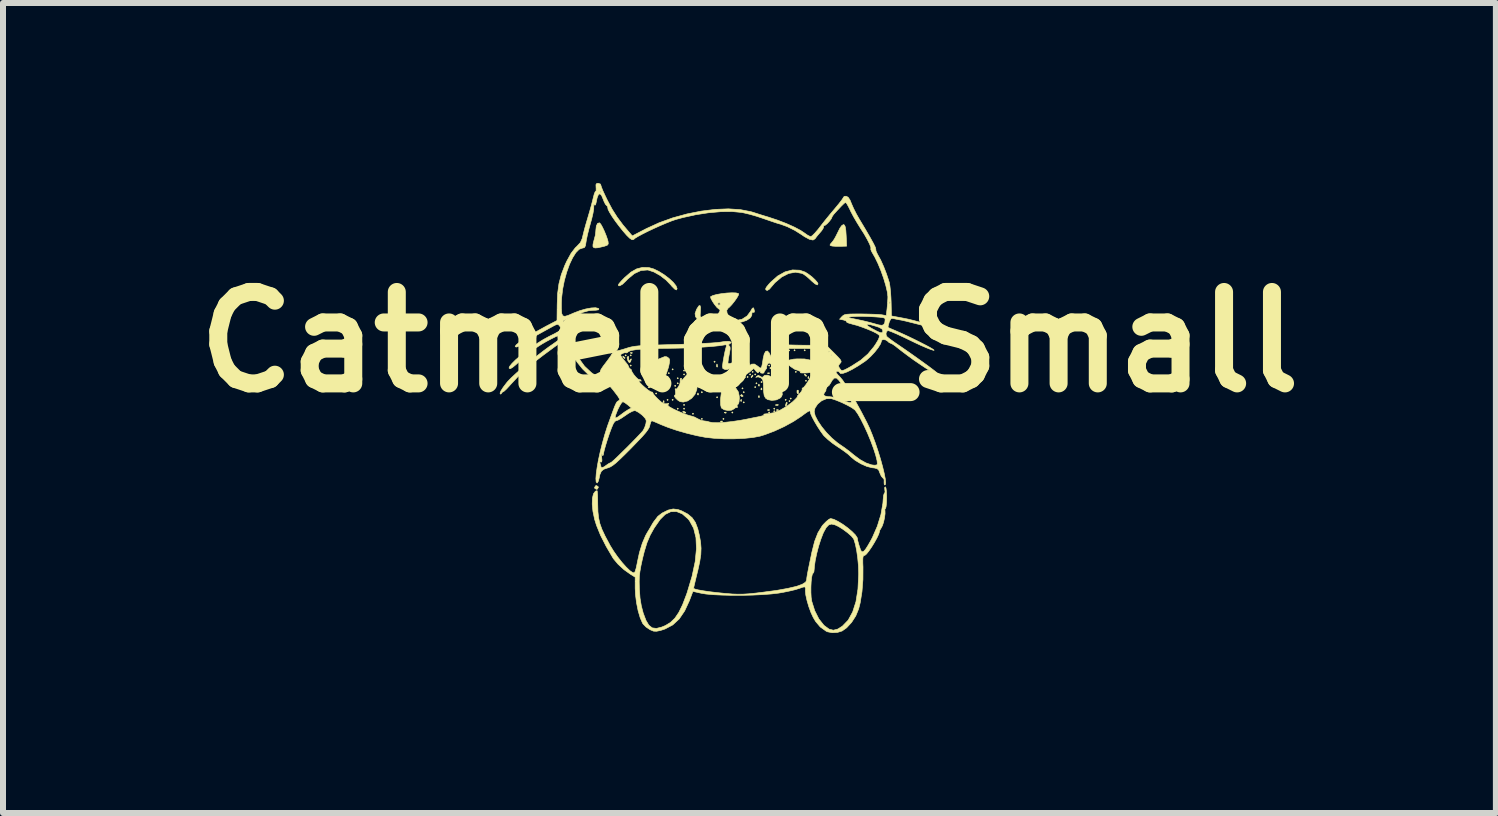
<source format=kicad_pcb>
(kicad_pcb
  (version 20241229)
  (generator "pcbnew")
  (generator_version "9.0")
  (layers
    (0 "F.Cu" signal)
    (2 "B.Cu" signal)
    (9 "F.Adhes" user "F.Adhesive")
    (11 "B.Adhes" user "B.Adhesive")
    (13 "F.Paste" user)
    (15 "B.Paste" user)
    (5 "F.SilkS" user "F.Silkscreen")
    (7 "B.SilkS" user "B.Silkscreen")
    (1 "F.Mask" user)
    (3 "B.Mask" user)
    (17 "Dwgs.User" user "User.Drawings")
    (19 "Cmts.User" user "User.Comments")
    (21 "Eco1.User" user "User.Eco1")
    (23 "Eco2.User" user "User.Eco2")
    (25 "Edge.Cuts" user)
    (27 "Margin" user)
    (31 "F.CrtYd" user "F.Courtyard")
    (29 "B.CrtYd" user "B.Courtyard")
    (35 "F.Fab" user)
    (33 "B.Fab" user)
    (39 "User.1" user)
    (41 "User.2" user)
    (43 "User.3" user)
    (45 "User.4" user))
  (footprint "Catmelon_Small"
    (layer "F.Cu")
    (at 9.112 3.571)
    (property "Reference" "Catmelon_Small" (at 0.33 -0.92 0) (layer "F.SilkS") (effects (font (size 1.524 1.524) (thickness 0.3))))
    (attr through_hole)
    (fp_poly (pts (xy -1.723 -0.698) (xy -1.734 -0.687) (xy -1.744 -0.698) (xy -1.734 -0.708) (xy -1.723 -0.698)) (stroke (width 0.01) (type solid)) (fill yes) (layer "F.SilkS"))
    (fp_poly (pts (xy -1.639 -0.698) (xy -1.649 -0.687) (xy -1.66 -0.698) (xy -1.649 -0.708) (xy -1.639 -0.698)) (stroke (width 0.01) (type solid)) (fill yes) (layer "F.SilkS"))
    (fp_poly (pts (xy -1.639 -0.528) (xy -1.649 -0.518) (xy -1.66 -0.528) (xy -1.649 -0.539) (xy -1.639 -0.528)) (stroke (width 0.01) (type solid)) (fill yes) (layer "F.SilkS"))
    (fp_poly (pts (xy -1.427 -0.486) (xy -1.437 -0.475) (xy -1.448 -0.486) (xy -1.437 -0.497) (xy -1.427 -0.486)) (stroke (width 0.01) (type solid)) (fill yes) (layer "F.SilkS"))
    (fp_poly (pts (xy -1.406 -0.444) (xy -1.416 -0.433) (xy -1.427 -0.444) (xy -1.416 -0.454) (xy -1.406 -0.444)) (stroke (width 0.01) (type solid)) (fill yes) (layer "F.SilkS"))
    (fp_poly (pts (xy -1.215 -0.063) (xy -1.226 -0.052) (xy -1.236 -0.063) (xy -1.226 -0.073) (xy -1.215 -0.063)) (stroke (width 0.01) (type solid)) (fill yes) (layer "F.SilkS"))
    (fp_poly (pts (xy -1.109 -0.147) (xy -1.12 -0.137) (xy -1.131 -0.147) (xy -1.12 -0.158) (xy -1.109 -0.147)) (stroke (width 0.01) (type solid)) (fill yes) (layer "F.SilkS"))
    (fp_poly (pts (xy -1.025 -0.338) (xy -1.035 -0.327) (xy -1.046 -0.338) (xy -1.035 -0.348) (xy -1.025 -0.338)) (stroke (width 0.01) (type solid)) (fill yes) (layer "F.SilkS"))
    (fp_poly (pts (xy -1.025 0.043) (xy -1.035 0.054) (xy -1.046 0.043) (xy -1.035 0.033) (xy -1.025 0.043)) (stroke (width 0.01) (type solid)) (fill yes) (layer "F.SilkS"))
    (fp_poly (pts (xy -1.004 -0.401) (xy -1.014 -0.391) (xy -1.025 -0.401) (xy -1.014 -0.412) (xy -1.004 -0.401)) (stroke (width 0.01) (type solid)) (fill yes) (layer "F.SilkS"))
    (fp_poly (pts (xy -0.94 -0.465) (xy -0.951 -0.454) (xy -0.961 -0.465) (xy -0.951 -0.475) (xy -0.94 -0.465)) (stroke (width 0.01) (type solid)) (fill yes) (layer "F.SilkS"))
    (fp_poly (pts (xy -0.94 0.043) (xy -0.951 0.054) (xy -0.961 0.043) (xy -0.951 0.033) (xy -0.94 0.043)) (stroke (width 0.01) (type solid)) (fill yes) (layer "F.SilkS"))
    (fp_poly (pts (xy -0.898 -0.19) (xy -0.908 -0.179) (xy -0.919 -0.19) (xy -0.908 -0.2) (xy -0.898 -0.19)) (stroke (width 0.01) (type solid)) (fill yes) (layer "F.SilkS"))
    (fp_poly (pts (xy -0.855 -0.317) (xy -0.866 -0.306) (xy -0.876 -0.317) (xy -0.866 -0.327) (xy -0.855 -0.317)) (stroke (width 0.01) (type solid)) (fill yes) (layer "F.SilkS"))
    (fp_poly (pts (xy -0.855 -0.232) (xy -0.866 -0.222) (xy -0.876 -0.232) (xy -0.866 -0.243) (xy -0.855 -0.232)) (stroke (width 0.01) (type solid)) (fill yes) (layer "F.SilkS"))
    (fp_poly (pts (xy -0.855 0.191) (xy -0.866 0.202) (xy -0.876 0.191) (xy -0.866 0.181) (xy -0.855 0.191)) (stroke (width 0.01) (type solid)) (fill yes) (layer "F.SilkS"))
    (fp_poly (pts (xy -0.75 -0.444) (xy -0.76 -0.433) (xy -0.771 -0.444) (xy -0.76 -0.454) (xy -0.75 -0.444)) (stroke (width 0.01) (type solid)) (fill yes) (layer "F.SilkS"))
    (fp_poly (pts (xy -0.75 -0.38) (xy -0.76 -0.37) (xy -0.771 -0.38) (xy -0.76 -0.391) (xy -0.75 -0.38)) (stroke (width 0.01) (type solid)) (fill yes) (layer "F.SilkS"))
    (fp_poly (pts (xy -0.75 0.128) (xy -0.76 0.138) (xy -0.771 0.128) (xy -0.76 0.117) (xy -0.75 0.128)) (stroke (width 0.01) (type solid)) (fill yes) (layer "F.SilkS"))
    (fp_poly (pts (xy -0.75 0.191) (xy -0.76 0.202) (xy -0.771 0.191) (xy -0.76 0.181) (xy -0.75 0.191)) (stroke (width 0.01) (type solid)) (fill yes) (layer "F.SilkS"))
    (fp_poly (pts (xy -0.601 0.276) (xy -0.612 0.286) (xy -0.623 0.276) (xy -0.612 0.265) (xy -0.601 0.276)) (stroke (width 0.01) (type solid)) (fill yes) (layer "F.SilkS"))
    (fp_poly (pts (xy -0.453 -0.084) (xy -0.464 -0.073) (xy -0.474 -0.084) (xy -0.464 -0.095) (xy -0.453 -0.084)) (stroke (width 0.01) (type solid)) (fill yes) (layer "F.SilkS"))
    (fp_poly (pts (xy -0.453 0.361) (xy -0.464 0.371) (xy -0.474 0.361) (xy -0.464 0.35) (xy -0.453 0.361)) (stroke (width 0.01) (type solid)) (fill yes) (layer "F.SilkS"))
    (fp_poly (pts (xy -0.432 -0.444) (xy -0.443 -0.433) (xy -0.453 -0.444) (xy -0.443 -0.454) (xy -0.432 -0.444)) (stroke (width 0.01) (type solid)) (fill yes) (layer "F.SilkS"))
    (fp_poly (pts (xy -0.241 -0.592) (xy -0.252 -0.581) (xy -0.263 -0.592) (xy -0.252 -0.603) (xy -0.241 -0.592)) (stroke (width 0.01) (type solid)) (fill yes) (layer "F.SilkS"))
    (fp_poly (pts (xy -0.241 -0.147) (xy -0.252 -0.137) (xy -0.263 -0.147) (xy -0.252 -0.158) (xy -0.241 -0.147)) (stroke (width 0.01) (type solid)) (fill yes) (layer "F.SilkS"))
    (fp_poly (pts (xy -0.199 0.001) (xy -0.21 0.011) (xy -0.22 0.001) (xy -0.21 -0.01) (xy -0.199 0.001)) (stroke (width 0.01) (type solid)) (fill yes) (layer "F.SilkS"))
    (fp_poly (pts (xy -0.093 0.361) (xy -0.104 0.371) (xy -0.115 0.361) (xy -0.104 0.35) (xy -0.093 0.361)) (stroke (width 0.01) (type solid)) (fill yes) (layer "F.SilkS"))
    (fp_poly (pts (xy -0.03 -0.317) (xy -0.04 -0.306) (xy -0.051 -0.317) (xy -0.04 -0.327) (xy -0.03 -0.317)) (stroke (width 0.01) (type solid)) (fill yes) (layer "F.SilkS"))
    (fp_poly (pts (xy 0.034 -0.296) (xy 0.023 -0.285) (xy 0.013 -0.296) (xy 0.023 -0.306) (xy 0.034 -0.296)) (stroke (width 0.01) (type solid)) (fill yes) (layer "F.SilkS"))
    (fp_poly (pts (xy 0.055 0.255) (xy 0.044 0.265) (xy 0.034 0.255) (xy 0.044 0.244) (xy 0.055 0.255)) (stroke (width 0.01) (type solid)) (fill yes) (layer "F.SilkS"))
    (fp_poly (pts (xy 0.076 -0.317) (xy 0.065 -0.306) (xy 0.055 -0.317) (xy 0.065 -0.327) (xy 0.076 -0.317)) (stroke (width 0.01) (type solid)) (fill yes) (layer "F.SilkS"))
    (fp_poly (pts (xy 0.224 -0.147) (xy 0.214 -0.137) (xy 0.203 -0.147) (xy 0.214 -0.158) (xy 0.224 -0.147)) (stroke (width 0.01) (type solid)) (fill yes) (layer "F.SilkS"))
    (fp_poly (pts (xy 0.245 -0.084) (xy 0.235 -0.073) (xy 0.224 -0.084) (xy 0.235 -0.095) (xy 0.245 -0.084)) (stroke (width 0.01) (type solid)) (fill yes) (layer "F.SilkS"))
    (fp_poly (pts (xy 0.245 0.085) (xy 0.235 0.096) (xy 0.224 0.085) (xy 0.235 0.075) (xy 0.245 0.085)) (stroke (width 0.01) (type solid)) (fill yes) (layer "F.SilkS"))
    (fp_poly (pts (xy 0.309 -0.338) (xy 0.298 -0.327) (xy 0.288 -0.338) (xy 0.298 -0.348) (xy 0.309 -0.338)) (stroke (width 0.01) (type solid)) (fill yes) (layer "F.SilkS"))
    (fp_poly (pts (xy 0.351 -0.38) (xy 0.341 -0.37) (xy 0.33 -0.38) (xy 0.341 -0.391) (xy 0.351 -0.38)) (stroke (width 0.01) (type solid)) (fill yes) (layer "F.SilkS"))
    (fp_poly (pts (xy 0.394 -0.423) (xy 0.383 -0.412) (xy 0.372 -0.423) (xy 0.383 -0.433) (xy 0.394 -0.423)) (stroke (width 0.01) (type solid)) (fill yes) (layer "F.SilkS"))
    (fp_poly (pts (xy 0.436 -0.38) (xy 0.425 -0.37) (xy 0.415 -0.38) (xy 0.425 -0.391) (xy 0.436 -0.38)) (stroke (width 0.01) (type solid)) (fill yes) (layer "F.SilkS"))
    (fp_poly (pts (xy 0.436 -0.169) (xy 0.425 -0.158) (xy 0.415 -0.169) (xy 0.425 -0.179) (xy 0.436 -0.169)) (stroke (width 0.01) (type solid)) (fill yes) (layer "F.SilkS"))
    (fp_poly (pts (xy 0.457 -0.232) (xy 0.446 -0.222) (xy 0.436 -0.232) (xy 0.446 -0.243) (xy 0.457 -0.232)) (stroke (width 0.01) (type solid)) (fill yes) (layer "F.SilkS"))
    (fp_poly (pts (xy 0.542 -0.253) (xy 0.531 -0.243) (xy 0.52 -0.253) (xy 0.531 -0.264) (xy 0.542 -0.253)) (stroke (width 0.01) (type solid)) (fill yes) (layer "F.SilkS"))
    (fp_poly (pts (xy 0.669 -0.528) (xy 0.658 -0.518) (xy 0.647 -0.528) (xy 0.658 -0.539) (xy 0.669 -0.528)) (stroke (width 0.01) (type solid)) (fill yes) (layer "F.SilkS"))
    (fp_poly (pts (xy 0.669 0.255) (xy 0.658 0.265) (xy 0.647 0.255) (xy 0.658 0.244) (xy 0.669 0.255)) (stroke (width 0.01) (type solid)) (fill yes) (layer "F.SilkS"))
    (fp_poly (pts (xy 0.69 -0.486) (xy 0.679 -0.475) (xy 0.669 -0.486) (xy 0.679 -0.497) (xy 0.69 -0.486)) (stroke (width 0.01) (type solid)) (fill yes) (layer "F.SilkS"))
    (fp_poly (pts (xy 0.753 -0.38) (xy 0.743 -0.37) (xy 0.732 -0.38) (xy 0.743 -0.391) (xy 0.753 -0.38)) (stroke (width 0.01) (type solid)) (fill yes) (layer "F.SilkS"))
    (fp_poly (pts (xy 0.753 0.191) (xy 0.743 0.202) (xy 0.732 0.191) (xy 0.743 0.181) (xy 0.753 0.191)) (stroke (width 0.01) (type solid)) (fill yes) (layer "F.SilkS"))
    (fp_poly (pts (xy 0.753 0.234) (xy 0.743 0.244) (xy 0.732 0.234) (xy 0.743 0.223) (xy 0.753 0.234)) (stroke (width 0.01) (type solid)) (fill yes) (layer "F.SilkS"))
    (fp_poly (pts (xy 0.838 -0.253) (xy 0.827 -0.243) (xy 0.817 -0.253) (xy 0.827 -0.264) (xy 0.838 -0.253)) (stroke (width 0.01) (type solid)) (fill yes) (layer "F.SilkS"))
    (fp_poly (pts (xy 0.901 -0.761) (xy 0.891 -0.751) (xy 0.88 -0.761) (xy 0.891 -0.772) (xy 0.901 -0.761)) (stroke (width 0.01) (type solid)) (fill yes) (layer "F.SilkS"))
    (fp_poly (pts (xy 0.901 -0.592) (xy 0.891 -0.581) (xy 0.88 -0.592) (xy 0.891 -0.603) (xy 0.901 -0.592)) (stroke (width 0.01) (type solid)) (fill yes) (layer "F.SilkS"))
    (fp_poly (pts (xy 0.901 -0.147) (xy 0.891 -0.137) (xy 0.88 -0.147) (xy 0.891 -0.158) (xy 0.901 -0.147)) (stroke (width 0.01) (type solid)) (fill yes) (layer "F.SilkS"))
    (fp_poly (pts (xy 0.923 -0.317) (xy 0.912 -0.306) (xy 0.901 -0.317) (xy 0.912 -0.327) (xy 0.923 -0.317)) (stroke (width 0.01) (type solid)) (fill yes) (layer "F.SilkS"))
    (fp_poly (pts (xy 0.944 0.043) (xy 0.933 0.054) (xy 0.923 0.043) (xy 0.933 0.033) (xy 0.944 0.043)) (stroke (width 0.01) (type solid)) (fill yes) (layer "F.SilkS"))
    (fp_poly (pts (xy 1.007 0.064) (xy 0.997 0.075) (xy 0.986 0.064) (xy 0.997 0.054) (xy 1.007 0.064)) (stroke (width 0.01) (type solid)) (fill yes) (layer "F.SilkS"))
    (fp_poly (pts (xy 1.028 0.022) (xy 1.018 0.033) (xy 1.007 0.022) (xy 1.018 0.011) (xy 1.028 0.022)) (stroke (width 0.01) (type solid)) (fill yes) (layer "F.SilkS"))
    (fp_poly (pts (xy 1.092 -0.782) (xy 1.081 -0.772) (xy 1.071 -0.782) (xy 1.081 -0.793) (xy 1.092 -0.782)) (stroke (width 0.01) (type solid)) (fill yes) (layer "F.SilkS"))
    (fp_poly (pts (xy 1.113 -0.423) (xy 1.103 -0.412) (xy 1.092 -0.423) (xy 1.103 -0.433) (xy 1.113 -0.423)) (stroke (width 0.01) (type solid)) (fill yes) (layer "F.SilkS"))
    (fp_poly (pts (xy 1.261 -0.782) (xy 1.251 -0.772) (xy 1.24 -0.782) (xy 1.251 -0.793) (xy 1.261 -0.782)) (stroke (width 0.01) (type solid)) (fill yes) (layer "F.SilkS"))
    (fp_poly (pts (xy 1.282 -0.274) (xy 1.272 -0.264) (xy 1.261 -0.274) (xy 1.272 -0.285) (xy 1.282 -0.274)) (stroke (width 0.01) (type solid)) (fill yes) (layer "F.SilkS"))
    (fp_poly (pts (xy 1.452 -0.719) (xy 1.441 -0.708) (xy 1.431 -0.719) (xy 1.441 -0.73) (xy 1.452 -0.719)) (stroke (width 0.01) (type solid)) (fill yes) (layer "F.SilkS"))
    (fp_poly (pts (xy 1.452 -0.571) (xy 1.441 -0.56) (xy 1.431 -0.571) (xy 1.441 -0.581) (xy 1.452 -0.571)) (stroke (width 0.01) (type solid)) (fill yes) (layer "F.SilkS"))
    (fp_poly (pts (xy 1.473 -0.677) (xy 1.462 -0.666) (xy 1.452 -0.677) (xy 1.462 -0.687) (xy 1.473 -0.677)) (stroke (width 0.01) (type solid)) (fill yes) (layer "F.SilkS"))
    (fp_poly (pts (xy 1.494 -0.719) (xy 1.484 -0.708) (xy 1.473 -0.719) (xy 1.484 -0.73) (xy 1.494 -0.719)) (stroke (width 0.01) (type solid)) (fill yes) (layer "F.SilkS"))
    (fp_poly (pts (xy -1.624 -0.744) (xy -1.627 -0.731) (xy -1.639 -0.73) (xy -1.656 -0.737) (xy -1.653 -0.744) (xy -1.627 -0.746) (xy -1.624 -0.744)) (stroke (width 0.01) (type solid)) (fill yes) (layer "F.SilkS"))
    (fp_poly (pts (xy -1.37 -0.553) (xy -1.368 -0.528) (xy -1.37 -0.525) (xy -1.383 -0.528) (xy -1.385 -0.539) (xy -1.377 -0.556) (xy -1.37 -0.553)) (stroke (width 0.01) (type solid)) (fill yes) (layer "F.SilkS"))
    (fp_poly (pts (xy -1.328 -0.172) (xy -1.331 -0.16) (xy -1.342 -0.158) (xy -1.36 -0.166) (xy -1.356 -0.172) (xy -1.331 -0.175) (xy -1.328 -0.172)) (stroke (width 0.01) (type solid)) (fill yes) (layer "F.SilkS"))
    (fp_poly (pts (xy -1.138 -0.214) (xy -1.14 -0.202) (xy -1.152 -0.2) (xy -1.169 -0.208) (xy -1.166 -0.214) (xy -1.141 -0.217) (xy -1.138 -0.214)) (stroke (width 0.01) (type solid)) (fill yes) (layer "F.SilkS"))
    (fp_poly (pts (xy -1.095 0.061) (xy -1.093 0.086) (xy -1.095 0.089) (xy -1.108 0.086) (xy -1.109 0.075) (xy -1.102 0.057) (xy -1.095 0.061)) (stroke (width 0.01) (type solid)) (fill yes) (layer "F.SilkS"))
    (fp_poly (pts (xy -0.524 -0.066) (xy -0.521 -0.041) (xy -0.524 -0.038) (xy -0.536 -0.041) (xy -0.538 -0.052) (xy -0.53 -0.07) (xy -0.524 -0.066)) (stroke (width 0.01) (type solid)) (fill yes) (layer "F.SilkS"))
    (fp_poly (pts (xy -0.481 -0.374) (xy -0.479 -0.341) (xy -0.483 -0.333) (xy -0.492 -0.339) (xy -0.494 -0.361) (xy -0.489 -0.383) (xy -0.481 -0.374)) (stroke (width 0.01) (type solid)) (fill yes) (layer "F.SilkS"))
    (fp_poly (pts (xy -0.206 -0.543) (xy -0.203 -0.51) (xy -0.208 -0.502) (xy -0.217 -0.509) (xy -0.219 -0.53) (xy -0.213 -0.553) (xy -0.206 -0.543)) (stroke (width 0.01) (type solid)) (fill yes) (layer "F.SilkS"))
    (fp_poly (pts (xy -0.185 -0.151) (xy -0.183 -0.126) (xy -0.185 -0.123) (xy -0.198 -0.126) (xy -0.199 -0.137) (xy -0.191 -0.154) (xy -0.185 -0.151)) (stroke (width 0.01) (type solid)) (fill yes) (layer "F.SilkS"))
    (fp_poly (pts (xy -0.122 0.399) (xy -0.124 0.412) (xy -0.136 0.413) (xy -0.153 0.406) (xy -0.15 0.399) (xy -0.125 0.397) (xy -0.122 0.399)) (stroke (width 0.01) (type solid)) (fill yes) (layer "F.SilkS"))
    (fp_poly (pts (xy -0.058 -0.384) (xy -0.061 -0.371) (xy -0.072 -0.37) (xy -0.09 -0.377) (xy -0.086 -0.384) (xy -0.061 -0.386) (xy -0.058 -0.384)) (stroke (width 0.01) (type solid)) (fill yes) (layer "F.SilkS"))
    (fp_poly (pts (xy -0.058 0.251) (xy -0.061 0.264) (xy -0.072 0.265) (xy -0.09 0.258) (xy -0.086 0.251) (xy -0.061 0.249) (xy -0.058 0.251)) (stroke (width 0.01) (type solid)) (fill yes) (layer "F.SilkS"))
    (fp_poly (pts (xy 0.111 -0.511) (xy 0.114 -0.486) (xy 0.111 -0.483) (xy 0.099 -0.485) (xy 0.097 -0.497) (xy 0.105 -0.514) (xy 0.111 -0.511)) (stroke (width 0.01) (type solid)) (fill yes) (layer "F.SilkS"))
    (fp_poly (pts (xy 0.196 0.04) (xy 0.198 0.065) (xy 0.196 0.068) (xy 0.183 0.065) (xy 0.182 0.054) (xy 0.19 0.036) (xy 0.196 0.04)) (stroke (width 0.01) (type solid)) (fill yes) (layer "F.SilkS"))
    (fp_poly (pts (xy 0.492 -0.214) (xy 0.495 -0.189) (xy 0.492 -0.186) (xy 0.48 -0.189) (xy 0.478 -0.2) (xy 0.486 -0.218) (xy 0.492 -0.214)) (stroke (width 0.01) (type solid)) (fill yes) (layer "F.SilkS"))
    (fp_poly (pts (xy 0.492 -0.024) (xy 0.495 0.001) (xy 0.492 0.004) (xy 0.48 0.001) (xy 0.478 -0.01) (xy 0.486 -0.027) (xy 0.492 -0.024)) (stroke (width 0.01) (type solid)) (fill yes) (layer "F.SilkS"))
    (fp_poly (pts (xy 0.535 -0.151) (xy 0.537 -0.126) (xy 0.535 -0.123) (xy 0.522 -0.126) (xy 0.52 -0.137) (xy 0.528 -0.154) (xy 0.535 -0.151)) (stroke (width 0.01) (type solid)) (fill yes) (layer "F.SilkS"))
    (fp_poly (pts (xy 0.662 -0.405) (xy 0.659 -0.392) (xy 0.647 -0.391) (xy 0.63 -0.399) (xy 0.633 -0.405) (xy 0.659 -0.407) (xy 0.662 -0.405)) (stroke (width 0.01) (type solid)) (fill yes) (layer "F.SilkS"))
    (fp_poly (pts (xy 0.662 0.209) (xy 0.659 0.221) (xy 0.647 0.223) (xy 0.63 0.215) (xy 0.633 0.209) (xy 0.659 0.206) (xy 0.662 0.209)) (stroke (width 0.01) (type solid)) (fill yes) (layer "F.SilkS"))
    (fp_poly (pts (xy 0.789 -0.32) (xy 0.791 -0.295) (xy 0.789 -0.292) (xy 0.776 -0.295) (xy 0.774 -0.306) (xy 0.782 -0.324) (xy 0.789 -0.32)) (stroke (width 0.01) (type solid)) (fill yes) (layer "F.SilkS"))
    (fp_poly (pts (xy 0.81 0.209) (xy 0.807 0.221) (xy 0.796 0.223) (xy 0.778 0.215) (xy 0.782 0.209) (xy 0.807 0.206) (xy 0.81 0.209)) (stroke (width 0.01) (type solid)) (fill yes) (layer "F.SilkS"))
    (fp_poly (pts (xy 0.811 0.126) (xy 0.805 0.135) (xy 0.783 0.137) (xy 0.761 0.131) (xy 0.771 0.124) (xy 0.804 0.121) (xy 0.811 0.126)) (stroke (width 0.01) (type solid)) (fill yes) (layer "F.SilkS"))
    (fp_poly (pts (xy 1 -0.786) (xy 0.997 -0.773) (xy 0.986 -0.772) (xy 0.969 -0.78) (xy 0.972 -0.786) (xy 0.997 -0.788) (xy 1 -0.786)) (stroke (width 0.01) (type solid)) (fill yes) (layer "F.SilkS"))
    (fp_poly (pts (xy 1.318 -0.341) (xy 1.32 -0.316) (xy 1.318 -0.313) (xy 1.305 -0.316) (xy 1.304 -0.327) (xy 1.311 -0.345) (xy 1.318 -0.341)) (stroke (width 0.01) (type solid)) (fill yes) (layer "F.SilkS"))
    (fp_poly (pts (xy -1.769 -0.679) (xy -1.746 -0.659) (xy -1.744 -0.654) (xy -1.754 -0.645) (xy -1.775 -0.665) (xy -1.778 -0.669) (xy -1.781 -0.684) (xy -1.769 -0.679)) (stroke (width 0.01) (type solid)) (fill yes) (layer "F.SilkS"))
    (fp_poly (pts (xy -0.761 0.236) (xy -0.731 0.253) (xy -0.736 0.264) (xy -0.748 0.265) (xy -0.777 0.25) (xy -0.781 0.244) (xy -0.778 0.232) (xy -0.761 0.236)) (stroke (width 0.01) (type solid)) (fill yes) (layer "F.SilkS"))
    (fp_poly (pts (xy 0.073 -0.467) (xy 0.095 -0.446) (xy 0.091 -0.433) (xy 0.088 -0.433) (xy 0.07 -0.448) (xy 0.063 -0.458) (xy 0.061 -0.472) (xy 0.073 -0.467)) (stroke (width 0.01) (type solid)) (fill yes) (layer "F.SilkS"))
    (fp_poly (pts (xy 0.877 -0.679) (xy 0.9 -0.659) (xy 0.901 -0.654) (xy 0.891 -0.645) (xy 0.871 -0.665) (xy 0.868 -0.669) (xy 0.865 -0.684) (xy 0.877 -0.679)) (stroke (width 0.01) (type solid)) (fill yes) (layer "F.SilkS"))
    (fp_poly (pts (xy 1.143 -0.117) (xy 1.146 -0.094) (xy 1.144 -0.058) (xy 1.133 -0.06) (xy 1.123 -0.075) (xy 1.122 -0.109) (xy 1.127 -0.117) (xy 1.143 -0.117)) (stroke (width 0.01) (type solid)) (fill yes) (layer "F.SilkS"))
    (fp_poly (pts (xy 1.258 -0.382) (xy 1.281 -0.361) (xy 1.276 -0.349) (xy 1.273 -0.348) (xy 1.255 -0.364) (xy 1.249 -0.373) (xy 1.246 -0.387) (xy 1.258 -0.382)) (stroke (width 0.01) (type solid)) (fill yes) (layer "F.SilkS"))
    (fp_poly (pts (xy -2.193 1.489) (xy -2.189 1.504) (xy -2.206 1.532) (xy -2.221 1.535) (xy -2.249 1.518) (xy -2.252 1.504) (xy -2.235 1.476) (xy -2.221 1.472) (xy -2.193 1.489)) (stroke (width 0.01) (type solid)) (fill yes) (layer "F.SilkS"))
    (fp_poly (pts (xy 0.181 -0.354) (xy 0.182 -0.348) (xy 0.175 -0.328) (xy 0.172 -0.327) (xy 0.154 -0.342) (xy 0.15 -0.348) (xy 0.152 -0.368) (xy 0.159 -0.37) (xy 0.181 -0.354)) (stroke (width 0.01) (type solid)) (fill yes) (layer "F.SilkS"))
    (fp_poly (pts (xy 0.203 -0.042) (xy 0.223 -0.023) (xy 0.224 -0.019) (xy 0.208 -0.01) (xy 0.203 -0.01) (xy 0.183 -0.026) (xy 0.182 -0.032) (xy 0.195 -0.045) (xy 0.203 -0.042)) (stroke (width 0.01) (type solid)) (fill yes) (layer "F.SilkS"))
    (fp_poly (pts (xy 0.387 -0.356) (xy 0.383 -0.348) (xy 0.363 -0.328) (xy 0.359 -0.327) (xy 0.358 -0.341) (xy 0.362 -0.348) (xy 0.382 -0.369) (xy 0.385 -0.37) (xy 0.387 -0.356)) (stroke (width 0.01) (type solid)) (fill yes) (layer "F.SilkS"))
    (fp_poly (pts (xy 0.747 -0.462) (xy 0.743 -0.454) (xy 0.723 -0.434) (xy 0.719 -0.433) (xy 0.718 -0.447) (xy 0.722 -0.454) (xy 0.742 -0.475) (xy 0.745 -0.475) (xy 0.747 -0.462)) (stroke (width 0.01) (type solid)) (fill yes) (layer "F.SilkS"))
    (fp_poly (pts (xy 0.958 0.089) (xy 0.957 0.104) (xy 0.945 0.141) (xy 0.939 0.15) (xy 0.93 0.146) (xy 0.931 0.13) (xy 0.943 0.093) (xy 0.949 0.084) (xy 0.958 0.089)) (stroke (width 0.01) (type solid)) (fill yes) (layer "F.SilkS"))
    (fp_poly (pts (xy -1.683 -0.673) (xy -1.684 -0.638) (xy -1.683 -0.624) (xy -1.678 -0.603) (xy -1.663 -0.619) (xy -1.66 -0.624) (xy -1.643 -0.641) (xy -1.639 -0.634) (xy -1.65 -0.598) (xy -1.656 -0.586) (xy -1.674 -0.576) (xy -1.694 -0.605) (xy -1.698 -0.612) (xy -1.71 -0.659) (xy -1.701 -0.677) (xy -1.683 -0.678) (xy -1.683 -0.673)) (stroke (width 0.01) (type solid)) (fill yes) (layer "F.SilkS"))
    (fp_poly (pts (xy 1.914 -2.869) (xy 1.927 -2.838) (xy 1.936 -2.78) (xy 1.942 -2.689) (xy 1.946 -2.603) (xy 1.949 -2.518) (xy 1.843 -2.515) (xy 1.773 -2.515) (xy 1.716 -2.519) (xy 1.699 -2.522) (xy 1.673 -2.532) (xy 1.676 -2.549) (xy 1.701 -2.578) (xy 1.723 -2.605) (xy 1.744 -2.636) (xy 1.769 -2.681) (xy 1.803 -2.749) (xy 1.835 -2.814) (xy 1.865 -2.858) (xy 1.895 -2.878) (xy 1.897 -2.878) (xy 1.914 -2.869)) (stroke (width 0.01) (type solid)) (fill yes) (layer "F.SilkS"))
    (fp_poly (pts (xy -2.169 -2.907) (xy -2.148 -2.884) (xy -2.119 -2.832) (xy -2.087 -2.764) (xy -2.057 -2.69) (xy -2.034 -2.623) (xy -2.026 -2.59) (xy -2.024 -2.555) (xy -2.04 -2.534) (xy -2.084 -2.518) (xy -2.112 -2.511) (xy -2.194 -2.492) (xy -2.244 -2.488) (xy -2.27 -2.498) (xy -2.279 -2.513) (xy -2.278 -2.548) (xy -2.265 -2.604) (xy -2.26 -2.621) (xy -2.24 -2.697) (xy -2.231 -2.772) (xy -2.231 -2.78) (xy -2.223 -2.854) (xy -2.201 -2.898) (xy -2.17 -2.907) (xy -2.169 -2.907)) (stroke (width 0.01) (type solid)) (fill yes) (layer "F.SilkS"))
    (fp_poly (pts (xy -1.049 -0.674) (xy -1.029 -0.662) (xy -1.008 -0.643) (xy -1 -0.619) (xy -1.004 -0.576) (xy -1.018 -0.506) (xy -1.058 -0.385) (xy -1.115 -0.301) (xy -1.189 -0.254) (xy -1.266 -0.243) (xy -1.335 -0.249) (xy -1.377 -0.269) (xy -1.392 -0.287) (xy -1.41 -0.348) (xy -1.39 -0.422) (xy -1.331 -0.507) (xy -1.311 -0.529) (xy -1.273 -0.574) (xy -1.254 -0.605) (xy -1.254 -0.613) (xy -1.247 -0.622) (xy -1.233 -0.624) (xy -1.192 -0.633) (xy -1.138 -0.655) (xy -1.134 -0.657) (xy -1.083 -0.677) (xy -1.049 -0.674)) (stroke (width 0.01) (type solid)) (fill yes) (layer "F.SilkS"))
    (fp_poly (pts (xy 1.168 -2.117) (xy 1.258 -2.086) (xy 1.313 -2.051) (xy 1.373 -2.005) (xy 1.426 -1.955) (xy 1.462 -1.913) (xy 1.473 -1.89) (xy 1.461 -1.872) (xy 1.425 -1.888) (xy 1.368 -1.936) (xy 1.345 -1.958) (xy 1.288 -2.01) (xy 1.233 -2.05) (xy 1.206 -2.064) (xy 1.097 -2.084) (xy 0.983 -2.063) (xy 0.867 -2.004) (xy 0.753 -1.908) (xy 0.662 -1.801) (xy 0.628 -1.78) (xy 0.608 -1.786) (xy 0.598 -1.803) (xy 0.611 -1.833) (xy 0.651 -1.882) (xy 0.682 -1.916) (xy 0.799 -2.02) (xy 0.922 -2.089) (xy 1.047 -2.122) (xy 1.168 -2.117)) (stroke (width 0.01) (type solid)) (fill yes) (layer "F.SilkS"))
    (fp_poly (pts (xy -1.348 -2.161) (xy -1.342 -2.16) (xy -1.268 -2.139) (xy -1.183 -2.098) (xy -1.094 -2.043) (xy -1.011 -1.98) (xy -0.941 -1.916) (xy -0.894 -1.857) (xy -0.876 -1.81) (xy -0.887 -1.788) (xy -0.916 -1.802) (xy -0.962 -1.848) (xy -0.98 -1.87) (xy -1.062 -1.955) (xy -1.16 -2.03) (xy -1.263 -2.088) (xy -1.356 -2.119) (xy -1.371 -2.121) (xy -1.479 -2.112) (xy -1.589 -2.061) (xy -1.7 -1.969) (xy -1.731 -1.936) (xy -1.788 -1.882) (xy -1.832 -1.858) (xy -1.846 -1.857) (xy -1.857 -1.869) (xy -1.843 -1.895) (xy -1.802 -1.942) (xy -1.749 -1.996) (xy -1.646 -2.085) (xy -1.551 -2.139) (xy -1.455 -2.164) (xy -1.348 -2.161)) (stroke (width 0.01) (type solid)) (fill yes) (layer "F.SilkS"))
    (fp_poly (pts (xy 0.002 -0.264) (xy 0.038 -0.249) (xy 0.054 -0.253) (xy 0.067 -0.25) (xy 0.064 -0.237) (xy 0.07 -0.204) (xy 0.098 -0.158) (xy 0.107 -0.146) (xy 0.145 -0.088) (xy 0.159 -0.019) (xy 0.161 0.017) (xy 0.156 0.079) (xy 0.144 0.114) (xy 0.137 0.117) (xy 0.123 0.133) (xy 0.126 0.15) (xy 0.129 0.172) (xy 0.12 0.171) (xy 0.094 0.176) (xy 0.075 0.192) (xy 0.032 0.216) (xy -0.029 0.221) (xy -0.091 0.209) (xy -0.135 0.181) (xy -0.14 0.173) (xy -0.151 0.127) (xy -0.153 0.055) (xy -0.15 0.013) (xy -0.139 -0.077) (xy -0.129 -0.136) (xy -0.116 -0.175) (xy -0.097 -0.207) (xy -0.075 -0.233) (xy -0.038 -0.269) (xy -0.01 -0.272) (xy 0.002 -0.264)) (stroke (width 0.01) (type solid)) (fill yes) (layer "F.SilkS"))
    (fp_poly (pts (xy -0.551 -0.442) (xy -0.532 -0.412) (xy -0.526 -0.346) (xy -0.532 -0.244) (xy -0.549 -0.125) (xy -0.578 -0.049) (xy -0.632 0.016) (xy -0.701 0.062) (xy -0.774 0.081) (xy -0.826 0.073) (xy -0.861 0.052) (xy -0.896 0.02) (xy -0.919 -0.01) (xy -0.922 -0.029) (xy -0.916 -0.031) (xy -0.902 -0.05) (xy -0.904 -0.1) (xy -0.909 -0.138) (xy -0.906 -0.144) (xy -0.904 -0.14) (xy -0.889 -0.135) (xy -0.866 -0.158) (xy -0.843 -0.196) (xy -0.827 -0.237) (xy -0.825 -0.271) (xy -0.826 -0.272) (xy -0.824 -0.306) (xy -0.815 -0.316) (xy -0.801 -0.313) (xy -0.804 -0.291) (xy -0.805 -0.275) (xy -0.785 -0.292) (xy -0.773 -0.306) (xy -0.709 -0.382) (xy -0.662 -0.428) (xy -0.624 -0.451) (xy -0.589 -0.453) (xy -0.551 -0.442)) (stroke (width 0.01) (type solid)) (fill yes) (layer "F.SilkS"))
    (fp_poly (pts (xy 0.673 -0.352) (xy 0.69 -0.338) (xy 0.721 -0.318) (xy 0.738 -0.32) (xy 0.75 -0.321) (xy 0.747 -0.313) (xy 0.752 -0.286) (xy 0.782 -0.246) (xy 0.796 -0.232) (xy 0.841 -0.173) (xy 0.87 -0.107) (xy 0.873 -0.098) (xy 0.877 -0.041) (xy 0.859 -0.004) (xy 0.839 0.015) (xy 0.777 0.045) (xy 0.703 0.053) (xy 0.635 0.04) (xy 0.598 0.015) (xy 0.575 -0.028) (xy 0.565 -0.1) (xy 0.563 -0.16) (xy 0.561 -0.238) (xy 0.552 -0.285) (xy 0.534 -0.312) (xy 0.52 -0.323) (xy 0.476 -0.339) (xy 0.451 -0.336) (xy 0.436 -0.33) (xy 0.451 -0.349) (xy 0.477 -0.365) (xy 0.509 -0.349) (xy 0.512 -0.347) (xy 0.543 -0.329) (xy 0.557 -0.343) (xy 0.557 -0.343) (xy 0.584 -0.365) (xy 0.629 -0.368) (xy 0.673 -0.352)) (stroke (width 0.01) (type solid)) (fill yes) (layer "F.SilkS"))
    (fp_poly (pts (xy 0.105 -1.739) (xy 0.145 -1.729) (xy 0.15 -1.724) (xy 0.144 -1.699) (xy 0.118 -1.653) (xy 0.079 -1.598) (xy 0.035 -1.543) (xy -0.005 -1.501) (xy -0.025 -1.485) (xy -0.049 -1.449) (xy -0.043 -1.401) (xy -0.015 -1.351) (xy 0.029 -1.308) (xy 0.084 -1.283) (xy 0.109 -1.28) (xy 0.206 -1.3) (xy 0.29 -1.354) (xy 0.347 -1.43) (xy 0.375 -1.479) (xy 0.393 -1.492) (xy 0.402 -1.48) (xy 0.414 -1.433) (xy 0.406 -1.413) (xy 0.394 -1.417) (xy 0.374 -1.416) (xy 0.372 -1.408) (xy 0.368 -1.364) (xy 0.348 -1.331) (xy 0.339 -1.32) (xy 0.282 -1.281) (xy 0.202 -1.254) (xy 0.117 -1.242) (xy 0.069 -1.246) (xy -0.008 -1.279) (xy -0.06 -1.324) (xy -0.095 -1.363) (xy -0.118 -1.374) (xy -0.142 -1.358) (xy -0.152 -1.348) (xy -0.243 -1.277) (xy -0.337 -1.24) (xy -0.426 -1.237) (xy -0.504 -1.269) (xy -0.528 -1.289) (xy -0.569 -1.342) (xy -0.577 -1.394) (xy -0.554 -1.459) (xy -0.548 -1.471) (xy -0.516 -1.521) (xy -0.495 -1.53) (xy -0.485 -1.499) (xy -0.488 -1.433) (xy -0.492 -1.363) (xy -0.482 -1.322) (xy -0.466 -1.303) (xy -0.404 -1.276) (xy -0.331 -1.284) (xy -0.258 -1.321) (xy -0.194 -1.386) (xy -0.185 -1.399) (xy -0.162 -1.438) (xy -0.164 -1.459) (xy -0.185 -1.474) (xy -0.216 -1.501) (xy -0.252 -1.547) (xy -0.258 -1.555) (xy -0.199 -1.555) (xy -0.183 -1.534) (xy -0.178 -1.534) (xy -0.157 -1.55) (xy -0.157 -1.555) (xy -0.173 -1.576) (xy -0.178 -1.576) (xy -0.199 -1.56) (xy -0.199 -1.555) (xy -0.258 -1.555) (xy -0.287 -1.599) (xy -0.312 -1.645) (xy -0.319 -1.674) (xy -0.318 -1.676) (xy -0.281 -1.695) (xy -0.215 -1.713) (xy -0.133 -1.727) (xy -0.045 -1.737) (xy 0.038 -1.741) (xy 0.105 -1.739)) (stroke (width 0.01) (type solid)) (fill yes) (layer "F.SilkS"))
    (fp_poly (pts (xy 2.605 1.513) (xy 2.613 1.569) (xy 2.616 1.654) (xy 2.616 1.673) (xy 2.614 1.754) (xy 2.608 1.816) (xy 2.6 1.85) (xy 2.597 1.853) (xy 2.586 1.87) (xy 2.589 1.894) (xy 2.59 1.941) (xy 2.581 2.009) (xy 2.565 2.082) (xy 2.544 2.144) (xy 2.524 2.18) (xy 2.524 2.181) (xy 2.501 2.219) (xy 2.497 2.239) (xy 2.484 2.282) (xy 2.454 2.346) (xy 2.413 2.42) (xy 2.367 2.495) (xy 2.321 2.562) (xy 2.281 2.612) (xy 2.254 2.635) (xy 2.251 2.636) (xy 2.234 2.64) (xy 2.223 2.658) (xy 2.219 2.696) (xy 2.219 2.764) (xy 2.222 2.832) (xy 2.221 3.039) (xy 2.205 3.242) (xy 2.175 3.428) (xy 2.15 3.527) (xy 2.102 3.644) (xy 2.032 3.753) (xy 1.949 3.843) (xy 1.874 3.896) (xy 1.797 3.92) (xy 1.71 3.925) (xy 1.632 3.91) (xy 1.609 3.9) (xy 1.51 3.829) (xy 1.433 3.738) (xy 1.393 3.671) (xy 1.355 3.589) (xy 1.319 3.491) (xy 1.289 3.389) (xy 1.269 3.298) (xy 1.264 3.254) (xy 1.354 3.254) (xy 1.358 3.335) (xy 1.368 3.4) (xy 1.368 3.401) (xy 1.418 3.559) (xy 1.486 3.694) (xy 1.568 3.798) (xy 1.58 3.809) (xy 1.657 3.865) (xy 1.728 3.883) (xy 1.802 3.864) (xy 1.879 3.815) (xy 1.975 3.716) (xy 2.05 3.579) (xy 2.105 3.407) (xy 2.138 3.198) (xy 2.15 2.954) (xy 2.15 2.93) (xy 2.146 2.808) (xy 2.134 2.68) (xy 2.117 2.559) (xy 2.096 2.454) (xy 2.073 2.377) (xy 2.064 2.357) (xy 2.028 2.313) (xy 1.966 2.259) (xy 1.891 2.203) (xy 1.815 2.155) (xy 1.755 2.127) (xy 1.698 2.114) (xy 1.652 2.127) (xy 1.609 2.172) (xy 1.565 2.252) (xy 1.556 2.272) (xy 1.52 2.366) (xy 1.483 2.481) (xy 1.451 2.604) (xy 1.426 2.722) (xy 1.412 2.821) (xy 1.409 2.863) (xy 1.404 2.91) (xy 1.392 2.932) (xy 1.39 2.932) (xy 1.377 2.952) (xy 1.366 3.004) (xy 1.358 3.078) (xy 1.354 3.164) (xy 1.354 3.254) (xy 1.264 3.254) (xy 1.262 3.229) (xy 1.262 3.222) (xy 1.264 3.179) (xy 1.253 3.161) (xy 1.221 3.165) (xy 1.159 3.187) (xy 1.158 3.187) (xy 1.094 3.207) (xy 1.002 3.229) (xy 0.895 3.251) (xy 0.814 3.265) (xy 0.694 3.279) (xy 0.547 3.29) (xy 0.383 3.298) (xy 0.21 3.302) (xy 0.037 3.302) (xy -0.128 3.298) (xy -0.275 3.291) (xy -0.396 3.28) (xy -0.475 3.267) (xy -0.613 3.236) (xy -0.671 3.39) (xy -0.75 3.561) (xy -0.841 3.695) (xy -0.949 3.795) (xy -1.078 3.863) (xy -1.154 3.888) (xy -1.22 3.901) (xy -1.268 3.899) (xy -1.322 3.877) (xy -1.334 3.87) (xy -1.395 3.829) (xy -1.444 3.778) (xy -1.452 3.766) (xy -1.491 3.677) (xy -1.526 3.559) (xy -1.553 3.424) (xy -1.57 3.287) (xy -1.575 3.184) (xy -1.575 3.074) (xy -1.508 3.074) (xy -1.506 3.173) (xy -1.505 3.197) (xy -1.494 3.349) (xy -1.473 3.476) (xy -1.441 3.598) (xy -1.44 3.601) (xy -1.395 3.72) (xy -1.347 3.8) (xy -1.291 3.844) (xy -1.221 3.853) (xy -1.133 3.831) (xy -1.071 3.805) (xy -0.988 3.755) (xy -0.914 3.684) (xy -0.848 3.587) (xy -0.785 3.459) (xy -0.722 3.294) (xy -0.709 3.258) (xy -0.627 2.984) (xy -0.575 2.74) (xy -0.554 2.525) (xy -0.562 2.34) (xy -0.601 2.184) (xy -0.67 2.057) (xy -0.697 2.025) (xy -0.79 1.944) (xy -0.887 1.905) (xy -0.982 1.908) (xy -1.075 1.953) (xy -1.161 2.039) (xy -1.169 2.051) (xy -1.258 2.179) (xy -1.325 2.299) (xy -1.378 2.424) (xy -1.422 2.567) (xy -1.452 2.686) (xy -1.479 2.809) (xy -1.496 2.906) (xy -1.506 2.989) (xy -1.508 3.074) (xy -1.575 3.074) (xy -1.575 2.999) (xy -1.654 2.95) (xy -1.761 2.874) (xy -1.86 2.783) (xy -1.936 2.693) (xy -1.947 2.676) (xy -2.059 2.485) (xy -2.152 2.302) (xy -2.22 2.135) (xy -2.251 2.036) (xy -2.279 1.903) (xy -2.291 1.783) (xy -2.288 1.683) (xy -2.27 1.609) (xy -2.238 1.566) (xy -2.21 1.557) (xy -2.206 1.576) (xy -2.202 1.63) (xy -2.2 1.708) (xy -2.199 1.784) (xy -2.196 1.906) (xy -2.185 2.009) (xy -2.164 2.105) (xy -2.129 2.202) (xy -2.077 2.313) (xy -2.005 2.447) (xy -1.995 2.467) (xy -1.934 2.566) (xy -1.866 2.663) (xy -1.794 2.754) (xy -1.725 2.831) (xy -1.664 2.89) (xy -1.616 2.923) (xy -1.59 2.927) (xy -1.576 2.904) (xy -1.559 2.849) (xy -1.543 2.774) (xy -1.539 2.751) (xy -1.504 2.589) (xy -1.457 2.436) (xy -1.401 2.305) (xy -1.373 2.255) (xy -1.334 2.191) (xy -1.29 2.114) (xy -1.27 2.081) (xy -1.196 1.984) (xy -1.125 1.93) (xy -1.026 1.881) (xy -0.942 1.862) (xy -0.861 1.872) (xy -0.798 1.895) (xy -0.699 1.947) (xy -0.626 2.008) (xy -0.572 2.086) (xy -0.532 2.191) (xy -0.506 2.298) (xy -0.485 2.413) (xy -0.477 2.517) (xy -0.481 2.622) (xy -0.499 2.74) (xy -0.53 2.884) (xy -0.538 2.915) (xy -0.562 3.013) (xy -0.582 3.097) (xy -0.596 3.157) (xy -0.601 3.184) (xy -0.601 3.185) (xy -0.581 3.197) (xy -0.525 3.211) (xy -0.439 3.226) (xy -0.33 3.242) (xy -0.202 3.257) (xy -0.064 3.271) (xy -0.058 3.271) (xy 0.046 3.28) (xy 0.137 3.283) (xy 0.225 3.282) (xy 0.322 3.276) (xy 0.44 3.264) (xy 0.561 3.249) (xy 0.786 3.219) (xy 0.969 3.186) (xy 1.11 3.153) (xy 1.209 3.118) (xy 1.266 3.082) (xy 1.282 3.049) (xy 1.286 3.008) (xy 1.297 2.94) (xy 1.313 2.858) (xy 1.315 2.848) (xy 1.335 2.752) (xy 1.355 2.656) (xy 1.37 2.583) (xy 1.416 2.402) (xy 1.472 2.258) (xy 1.541 2.145) (xy 1.559 2.123) (xy 1.611 2.07) (xy 1.657 2.033) (xy 1.683 2.022) (xy 1.736 2.035) (xy 1.807 2.07) (xy 1.887 2.119) (xy 1.968 2.178) (xy 2.04 2.239) (xy 2.096 2.296) (xy 2.126 2.342) (xy 2.129 2.356) (xy 2.135 2.392) (xy 2.151 2.451) (xy 2.163 2.489) (xy 2.184 2.549) (xy 2.201 2.575) (xy 2.221 2.575) (xy 2.237 2.565) (xy 2.264 2.535) (xy 2.302 2.476) (xy 2.347 2.398) (xy 2.379 2.338) (xy 2.461 2.15) (xy 2.521 1.955) (xy 2.554 1.766) (xy 2.559 1.695) (xy 2.565 1.638) (xy 2.576 1.603) (xy 2.581 1.599) (xy 2.59 1.581) (xy 2.586 1.546) (xy 2.583 1.506) (xy 2.594 1.493) (xy 2.605 1.513)) (stroke (width 0.01) (type solid)) (fill yes) (layer "F.SilkS"))
    (fp_poly (pts (xy -2.154 -3.553) (xy -2.147 -3.533) (xy -2.137 -3.501) (xy -2.113 -3.441) (xy -2.076 -3.361) (xy -2.039 -3.284) (xy -1.958 -3.132) (xy -1.874 -3) (xy -1.778 -2.871) (xy -1.695 -2.773) (xy -1.623 -2.689) (xy -1.388 -2.811) (xy -1.176 -2.908) (xy -0.949 -2.99) (xy -0.712 -3.055) (xy -0.475 -3.102) (xy -0.242 -3.131) (xy -0.022 -3.14) (xy 0.179 -3.127) (xy 0.353 -3.093) (xy 0.394 -3.081) (xy 0.437 -3.067) (xy 0.509 -3.044) (xy 0.596 -3.017) (xy 0.637 -3.005) (xy 0.794 -2.953) (xy 0.943 -2.896) (xy 1.075 -2.837) (xy 1.181 -2.781) (xy 1.244 -2.739) (xy 1.297 -2.702) (xy 1.34 -2.68) (xy 1.352 -2.677) (xy 1.377 -2.693) (xy 1.42 -2.736) (xy 1.474 -2.798) (xy 1.507 -2.841) (xy 1.582 -2.937) (xy 1.669 -3.044) (xy 1.75 -3.14) (xy 1.764 -3.157) (xy 1.821 -3.226) (xy 1.866 -3.284) (xy 1.892 -3.323) (xy 1.896 -3.334) (xy 1.914 -3.349) (xy 1.942 -3.35) (xy 1.975 -3.333) (xy 2.006 -3.286) (xy 2.03 -3.227) (xy 2.065 -3.147) (xy 2.112 -3.054) (xy 2.158 -2.973) (xy 2.26 -2.803) (xy 2.339 -2.667) (xy 2.395 -2.566) (xy 2.428 -2.499) (xy 2.436 -2.466) (xy 2.436 -2.464) (xy 2.439 -2.437) (xy 2.461 -2.389) (xy 2.474 -2.365) (xy 2.518 -2.285) (xy 2.566 -2.178) (xy 2.612 -2.06) (xy 2.65 -1.947) (xy 2.66 -1.915) (xy 2.671 -1.853) (xy 2.681 -1.763) (xy 2.688 -1.658) (xy 2.691 -1.587) (xy 2.696 -1.355) (xy 2.894 -1.318) (xy 2.974 -1.302) (xy 3.063 -1.28) (xy 3.153 -1.256) (xy 3.24 -1.231) (xy 3.317 -1.207) (xy 3.376 -1.186) (xy 3.413 -1.17) (xy 3.421 -1.161) (xy 3.399 -1.161) (xy 3.346 -1.169) (xy 3.266 -1.186) (xy 3.172 -1.209) (xy 3.124 -1.221) (xy 3.026 -1.246) (xy 2.934 -1.269) (xy 2.862 -1.285) (xy 2.838 -1.289) (xy 2.775 -1.301) (xy 2.725 -1.312) (xy 2.718 -1.314) (xy 2.689 -1.308) (xy 2.665 -1.268) (xy 2.658 -1.247) (xy 2.644 -1.197) (xy 2.639 -1.167) (xy 2.64 -1.164) (xy 2.662 -1.153) (xy 2.712 -1.131) (xy 2.775 -1.104) (xy 2.87 -1.062) (xy 2.972 -1.015) (xy 3.076 -0.965) (xy 3.174 -0.916) (xy 3.262 -0.871) (xy 3.335 -0.832) (xy 3.385 -0.802) (xy 3.408 -0.784) (xy 3.4 -0.781) (xy 3.354 -0.795) (xy 3.28 -0.824) (xy 3.187 -0.864) (xy 3.086 -0.911) (xy 3.072 -0.918) (xy 2.912 -0.995) (xy 2.788 -1.053) (xy 2.701 -1.09) (xy 2.649 -1.109) (xy 2.637 -1.111) (xy 2.614 -1.093) (xy 2.605 -1.056) (xy 2.614 -1.018) (xy 2.617 -1.014) (xy 2.644 -0.991) (xy 2.697 -0.951) (xy 2.766 -0.902) (xy 2.792 -0.885) (xy 2.891 -0.817) (xy 2.999 -0.742) (xy 3.108 -0.665) (xy 3.214 -0.589) (xy 3.308 -0.521) (xy 3.384 -0.464) (xy 3.436 -0.424) (xy 3.451 -0.41) (xy 3.481 -0.377) (xy 3.481 -0.366) (xy 3.454 -0.375) (xy 3.405 -0.401) (xy 3.338 -0.441) (xy 3.257 -0.493) (xy 3.166 -0.554) (xy 3.068 -0.621) (xy 2.969 -0.693) (xy 2.872 -0.766) (xy 2.781 -0.837) (xy 2.772 -0.845) (xy 2.725 -0.879) (xy 2.69 -0.898) (xy 2.684 -0.899) (xy 2.655 -0.913) (xy 2.637 -0.931) (xy 2.603 -0.954) (xy 2.563 -0.962) (xy 2.535 -0.952) (xy 2.531 -0.94) (xy 2.516 -0.892) (xy 2.476 -0.827) (xy 2.418 -0.753) (xy 2.349 -0.679) (xy 2.278 -0.616) (xy 2.253 -0.597) (xy 2.143 -0.524) (xy 2.043 -0.465) (xy 1.957 -0.422) (xy 1.89 -0.398) (xy 1.847 -0.395) (xy 1.833 -0.412) (xy 1.816 -0.431) (xy 1.801 -0.433) (xy 1.775 -0.428) (xy 1.776 -0.407) (xy 1.808 -0.368) (xy 1.838 -0.338) (xy 1.883 -0.284) (xy 1.943 -0.195) (xy 2.016 -0.075) (xy 2.101 0.073) (xy 2.195 0.245) (xy 2.287 0.422) (xy 2.333 0.519) (xy 2.38 0.635) (xy 2.428 0.764) (xy 2.473 0.898) (xy 2.514 1.031) (xy 2.549 1.158) (xy 2.576 1.27) (xy 2.594 1.362) (xy 2.6 1.428) (xy 2.593 1.46) (xy 2.578 1.461) (xy 2.574 1.434) (xy 2.574 1.391) (xy 2.575 1.374) (xy 2.562 1.352) (xy 2.551 1.344) (xy 2.526 1.314) (xy 2.503 1.262) (xy 2.501 1.257) (xy 2.484 1.214) (xy 2.458 1.191) (xy 2.411 1.179) (xy 2.373 1.175) (xy 2.286 1.153) (xy 2.187 1.109) (xy 2.092 1.052) (xy 2.017 0.991) (xy 2.002 0.975) (xy 1.971 0.947) (xy 1.913 0.903) (xy 1.84 0.852) (xy 1.8 0.826) (xy 1.716 0.768) (xy 1.639 0.706) (xy 1.58 0.651) (xy 1.564 0.634) (xy 1.514 0.565) (xy 1.462 0.485) (xy 1.414 0.404) (xy 1.375 0.331) (xy 1.351 0.277) (xy 1.346 0.256) (xy 1.344 0.24) (xy 1.409 0.24) (xy 1.425 0.309) (xy 1.469 0.395) (xy 1.534 0.492) (xy 1.614 0.59) (xy 1.704 0.682) (xy 1.797 0.76) (xy 1.832 0.785) (xy 1.917 0.843) (xy 2.002 0.907) (xy 2.07 0.963) (xy 2.071 0.964) (xy 2.17 1.038) (xy 2.272 1.095) (xy 2.365 1.127) (xy 2.411 1.133) (xy 2.449 1.13) (xy 2.462 1.113) (xy 2.458 1.07) (xy 2.456 1.054) (xy 2.433 0.963) (xy 2.397 0.852) (xy 2.351 0.728) (xy 2.298 0.6) (xy 2.241 0.476) (xy 2.186 0.366) (xy 2.135 0.277) (xy 2.093 0.218) (xy 2.084 0.209) (xy 2.034 0.173) (xy 1.957 0.131) (xy 1.868 0.088) (xy 1.778 0.051) (xy 1.703 0.026) (xy 1.69 0.023) (xy 1.612 0.025) (xy 1.534 0.058) (xy 1.467 0.113) (xy 1.422 0.181) (xy 1.409 0.24) (xy 1.344 0.24) (xy 1.343 0.234) (xy 1.331 0.227) (xy 1.304 0.239) (xy 1.254 0.273) (xy 1.191 0.32) (xy 1.063 0.404) (xy 0.91 0.488) (xy 0.745 0.564) (xy 0.586 0.624) (xy 0.505 0.649) (xy 0.388 0.671) (xy 0.24 0.686) (xy 0.075 0.693) (xy -0.096 0.693) (xy -0.262 0.684) (xy -0.4 0.669) (xy -0.547 0.641) (xy -0.711 0.601) (xy -0.877 0.554) (xy -1.029 0.502) (xy -1.145 0.456) (xy -1.215 0.425) (xy -1.27 0.402) (xy -1.299 0.392) (xy -1.3 0.392) (xy -1.314 0.411) (xy -1.328 0.457) (xy -1.331 0.47) (xy -1.341 0.503) (xy -1.364 0.542) (xy -1.401 0.592) (xy -1.458 0.657) (xy -1.539 0.742) (xy -1.645 0.852) (xy -1.752 0.959) (xy -1.835 1.039) (xy -1.898 1.097) (xy -1.948 1.136) (xy -1.988 1.161) (xy -2.025 1.176) (xy -2.036 1.179) (xy -2.1 1.201) (xy -2.139 1.234) (xy -2.164 1.291) (xy -2.176 1.35) (xy -2.19 1.401) (xy -2.207 1.428) (xy -2.211 1.429) (xy -2.226 1.41) (xy -2.23 1.356) (xy -2.224 1.273) (xy -2.209 1.167) (xy -2.193 1.076) (xy -2.166 1.076) (xy -2.161 1.1) (xy -2.148 1.141) (xy -2.147 1.156) (xy -2.133 1.174) (xy -2.095 1.161) (xy -2.056 1.133) (xy -2.013 1.104) (xy -1.984 1.091) (xy -1.983 1.091) (xy -1.963 1.077) (xy -1.919 1.038) (xy -1.858 0.98) (xy -1.786 0.909) (xy -1.707 0.832) (xy -1.629 0.753) (xy -1.557 0.679) (xy -1.497 0.616) (xy -1.455 0.57) (xy -1.44 0.551) (xy -1.415 0.5) (xy -1.396 0.439) (xy -1.39 0.394) (xy -1.402 0.359) (xy -1.438 0.318) (xy -1.461 0.296) (xy -1.516 0.254) (xy -1.566 0.227) (xy -1.586 0.223) (xy -1.625 0.235) (xy -1.684 0.267) (xy -1.744 0.308) (xy -1.808 0.351) (xy -1.862 0.382) (xy -1.894 0.392) (xy -1.915 0.404) (xy -1.94 0.442) (xy -1.97 0.512) (xy -2.006 0.609) (xy -2.039 0.708) (xy -2.068 0.802) (xy -2.089 0.877) (xy -2.097 0.911) (xy -2.107 0.962) (xy -2.115 0.975) (xy -2.125 0.955) (xy -2.129 0.943) (xy -2.137 0.926) (xy -2.138 0.95) (xy -2.134 0.993) (xy -2.129 1.054) (xy -2.134 1.08) (xy -2.148 1.079) (xy -2.166 1.076) (xy -2.193 1.076) (xy -2.187 1.044) (xy -2.158 0.91) (xy -2.123 0.77) (xy -2.084 0.63) (xy -2.042 0.497) (xy -2.028 0.456) (xy -1.985 0.338) (xy -1.909 0.338) (xy -1.897 0.346) (xy -1.861 0.327) (xy -1.811 0.29) (xy -1.752 0.246) (xy -1.699 0.212) (xy -1.686 0.204) (xy -1.638 0.179) (xy -1.699 0.127) (xy -1.745 0.093) (xy -1.778 0.075) (xy -1.782 0.075) (xy -1.802 0.093) (xy -1.831 0.139) (xy -1.863 0.202) (xy -1.891 0.271) (xy -1.902 0.302) (xy -1.909 0.338) (xy -1.985 0.338) (xy -1.98 0.323) (xy -1.944 0.225) (xy -1.918 0.156) (xy -1.898 0.111) (xy -1.883 0.083) (xy -1.869 0.068) (xy -1.855 0.06) (xy -1.849 0.057) (xy -1.836 0.046) (xy -1.839 0.025) (xy -1.861 -0.013) (xy -1.906 -0.073) (xy -1.947 -0.126) (xy -2.008 -0.198) (xy -2.062 -0.255) (xy -2.103 -0.29) (xy -2.12 -0.298) (xy -2.173 -0.301) (xy -2.201 -0.303) (xy -2.278 -0.327) (xy -2.364 -0.386) (xy -2.454 -0.474) (xy -2.543 -0.585) (xy -2.625 -0.715) (xy -2.669 -0.798) (xy -2.705 -0.867) (xy -2.737 -0.917) (xy -2.758 -0.941) (xy -2.76 -0.941) (xy -2.771 -0.939) (xy -2.79 -0.929) (xy -2.821 -0.909) (xy -2.869 -0.876) (xy -2.939 -0.825) (xy -3.035 -0.754) (xy -3.103 -0.704) (xy -3.272 -0.574) (xy -3.414 -0.454) (xy -3.539 -0.333) (xy -3.659 -0.204) (xy -3.671 -0.19) (xy -3.72 -0.137) (xy -3.759 -0.101) (xy -3.78 -0.089) (xy -3.797 -0.079) (xy -3.797 -0.073) (xy -3.814 -0.053) (xy -3.819 -0.052) (xy -3.828 -0.067) (xy -3.812 -0.107) (xy -3.775 -0.165) (xy -3.722 -0.235) (xy -3.699 -0.263) (xy -3.642 -0.322) (xy -3.558 -0.4) (xy -3.455 -0.49) (xy -3.34 -0.586) (xy -3.221 -0.682) (xy -3.106 -0.771) (xy -3.003 -0.847) (xy -2.946 -0.886) (xy -2.859 -0.948) (xy -2.803 -0.996) (xy -2.78 -1.029) (xy -2.792 -1.046) (xy -2.804 -1.047) (xy -2.838 -1.037) (xy -2.897 -1.011) (xy -2.972 -0.974) (xy -3.051 -0.932) (xy -3.124 -0.89) (xy -3.181 -0.854) (xy -3.193 -0.846) (xy -3.242 -0.812) (xy -3.28 -0.794) (xy -3.286 -0.793) (xy -3.309 -0.779) (xy -3.311 -0.772) (xy -3.329 -0.752) (xy -3.363 -0.738) (xy -3.4 -0.723) (xy -3.411 -0.709) (xy -3.422 -0.684) (xy -3.458 -0.643) (xy -3.508 -0.593) (xy -3.563 -0.543) (xy -3.614 -0.501) (xy -3.651 -0.478) (xy -3.66 -0.475) (xy -3.678 -0.487) (xy -3.666 -0.517) (xy -3.628 -0.563) (xy -3.569 -0.622) (xy -3.492 -0.688) (xy -3.403 -0.759) (xy -3.306 -0.831) (xy -3.206 -0.899) (xy -3.107 -0.961) (xy -3.015 -1.011) (xy -3.003 -1.017) (xy -2.921 -1.058) (xy -2.885 -1.078) (xy -2.711 -1.078) (xy -2.71 -1.07) (xy -2.682 -1.069) (xy -2.639 -1.078) (xy -2.622 -1.091) (xy -2.614 -1.117) (xy -2.637 -1.117) (xy -2.676 -1.099) (xy -2.711 -1.078) (xy -2.885 -1.078) (xy -2.855 -1.094) (xy -2.813 -1.12) (xy -2.803 -1.13) (xy -2.814 -1.157) (xy -2.833 -1.186) (xy -2.855 -1.21) (xy -2.876 -1.215) (xy -2.913 -1.2) (xy -2.945 -1.183) (xy -3.08 -1.109) (xy -3.185 -1.051) (xy -3.266 -1.005) (xy -3.328 -0.968) (xy -3.378 -0.936) (xy -3.422 -0.906) (xy -3.483 -0.868) (xy -3.535 -0.842) (xy -3.559 -0.836) (xy -3.576 -0.846) (xy -3.558 -0.873) (xy -3.508 -0.914) (xy -3.43 -0.968) (xy -3.328 -1.032) (xy -3.203 -1.105) (xy -3.06 -1.184) (xy -2.941 -1.246) (xy -2.878 -1.279) (xy -2.875 -1.538) (xy -2.874 -1.574) (xy -2.805 -1.574) (xy -2.805 -1.465) (xy -2.799 -1.394) (xy -2.781 -1.357) (xy -2.747 -1.348) (xy -2.692 -1.364) (xy -2.608 -1.4) (xy -2.602 -1.403) (xy -2.501 -1.442) (xy -2.4 -1.471) (xy -2.309 -1.488) (xy -2.236 -1.492) (xy -2.189 -1.481) (xy -2.18 -1.473) (xy -2.187 -1.457) (xy -2.233 -1.45) (xy -2.272 -1.449) (xy -2.35 -1.442) (xy -2.441 -1.417) (xy -2.556 -1.372) (xy -2.571 -1.366) (xy -2.654 -1.33) (xy -2.721 -1.3) (xy -2.763 -1.28) (xy -2.773 -1.274) (xy -2.773 -1.251) (xy -2.76 -1.204) (xy -2.758 -1.197) (xy -2.735 -1.15) (xy -2.707 -1.14) (xy -2.7 -1.142) (xy -2.647 -1.16) (xy -2.569 -1.184) (xy -2.476 -1.212) (xy -2.377 -1.239) (xy -2.283 -1.265) (xy -2.203 -1.285) (xy -2.147 -1.298) (xy -2.126 -1.301) (xy -2.088 -1.295) (xy -2.085 -1.281) (xy -2.113 -1.265) (xy -2.168 -1.251) (xy -2.172 -1.25) (xy -2.233 -1.237) (xy -2.276 -1.223) (xy -2.283 -1.218) (xy -2.318 -1.2) (xy -2.369 -1.18) (xy -2.411 -1.161) (xy -2.47 -1.13) (xy -2.536 -1.092) (xy -2.599 -1.053) (xy -2.649 -1.02) (xy -2.674 -0.999) (xy -2.676 -0.996) (xy -2.668 -0.974) (xy -2.648 -0.923) (xy -2.619 -0.853) (xy -2.61 -0.832) (xy -2.522 -0.659) (xy -2.419 -0.517) (xy -2.305 -0.41) (xy -2.282 -0.394) (xy -2.215 -0.351) (xy -2.173 -0.332) (xy -2.149 -0.334) (xy -2.134 -0.356) (xy -2.132 -0.361) (xy -2.135 -0.399) (xy -2.148 -0.413) (xy -2.157 -0.43) (xy -2.145 -0.463) (xy -2.109 -0.517) (xy -2.079 -0.556) (xy -2.028 -0.624) (xy -1.985 -0.684) (xy -1.971 -0.706) (xy -1.817 -0.706) (xy -1.812 -0.687) (xy -1.789 -0.653) (xy -1.745 -0.598) (xy -1.702 -0.545) (xy -1.683 -0.509) (xy -1.681 -0.498) (xy -1.665 -0.476) (xy -1.66 -0.475) (xy -1.639 -0.459) (xy -1.639 -0.453) (xy -1.627 -0.421) (xy -1.598 -0.377) (xy -1.562 -0.334) (xy -1.529 -0.303) (xy -1.511 -0.296) (xy -1.486 -0.291) (xy -1.478 -0.282) (xy -1.475 -0.267) (xy -1.487 -0.272) (xy -1.509 -0.275) (xy -1.512 -0.268) (xy -1.497 -0.243) (xy -1.459 -0.204) (xy -1.41 -0.16) (xy -1.359 -0.119) (xy -1.317 -0.092) (xy -1.296 -0.086) (xy -1.283 -0.084) (xy -1.283 -0.079) (xy -1.272 -0.055) (xy -1.238 -0.013) (xy -1.196 0.03) (xy -1.138 0.082) (xy -1.096 0.106) (xy -1.059 0.11) (xy -1.048 0.107) (xy -1.015 0.103) (xy -1.02 0.113) (xy -1.021 0.113) (xy -1.033 0.132) (xy -1.01 0.156) (xy -0.999 0.163) (xy -0.939 0.196) (xy -0.86 0.233) (xy -0.776 0.269) (xy -0.7 0.297) (xy -0.647 0.312) (xy -0.644 0.312) (xy -0.586 0.33) (xy -0.538 0.356) (xy -0.481 0.383) (xy -0.433 0.394) (xy -0.372 0.402) (xy -0.337 0.413) (xy -0.284 0.423) (xy -0.197 0.425) (xy -0.087 0.419) (xy 0.041 0.405) (xy 0.176 0.385) (xy 0.264 0.369) (xy 0.386 0.344) (xy 0.473 0.327) (xy 0.53 0.314) (xy 0.562 0.305) (xy 0.574 0.299) (xy 0.573 0.293) (xy 0.567 0.289) (xy 0.572 0.281) (xy 0.61 0.276) (xy 0.634 0.275) (xy 0.73 0.259) (xy 0.84 0.216) (xy 0.952 0.151) (xy 1.05 0.076) (xy 1.097 0.031) (xy 1.125 0.00031) (xy 1.128 -0.01) (xy 1.13 -0.022) (xy 1.153 -0.048) (xy 1.565 -0.048) (xy 1.583 -0.022) (xy 1.638 -0.01) (xy 1.66 -0.01) (xy 1.723 -0.002) (xy 1.804 0.019) (xy 1.865 0.041) (xy 1.949 0.074) (xy 2 0.09) (xy 2.024 0.088) (xy 2.028 0.069) (xy 2.016 0.03) (xy 2.015 0.027) (xy 1.988 -0.031) (xy 1.947 -0.101) (xy 1.923 -0.137) (xy 1.878 -0.2) (xy 1.838 -0.257) (xy 1.822 -0.28) (xy 1.781 -0.32) (xy 1.742 -0.319) (xy 1.704 -0.276) (xy 1.689 -0.248) (xy 1.659 -0.2) (xy 1.63 -0.176) (xy 1.623 -0.175) (xy 1.604 -0.166) (xy 1.607 -0.149) (xy 1.604 -0.11) (xy 1.587 -0.085) (xy 1.565 -0.048) (xy 1.153 -0.048) (xy 1.157 -0.053) (xy 1.167 -0.062) (xy 1.2 -0.101) (xy 1.21 -0.133) (xy 1.209 -0.136) (xy 1.208 -0.153) (xy 1.217 -0.153) (xy 1.237 -0.167) (xy 1.271 -0.21) (xy 1.312 -0.273) (xy 1.323 -0.291) (xy 1.36 -0.356) (xy 1.383 -0.402) (xy 1.389 -0.422) (xy 1.387 -0.422) (xy 1.355 -0.413) (xy 1.297 -0.406) (xy 1.261 -0.404) (xy 1.206 -0.404) (xy 1.178 -0.408) (xy 1.179 -0.413) (xy 1.179 -0.429) (xy 1.138 -0.448) (xy 1.092 -0.462) (xy 1.07 -0.475) (xy 1.027 -0.504) (xy 1.012 -0.514) (xy 0.964 -0.559) (xy 0.957 -0.593) (xy 0.99 -0.619) (xy 1.065 -0.635) (xy 1.123 -0.639) (xy 1.247 -0.638) (xy 1.341 -0.62) (xy 1.402 -0.586) (xy 1.422 -0.555) (xy 1.433 -0.527) (xy 1.445 -0.531) (xy 1.467 -0.57) (xy 1.49 -0.634) (xy 1.5 -0.698) (xy 1.685 -0.698) (xy 1.695 -0.687) (xy 1.706 -0.698) (xy 1.695 -0.708) (xy 1.685 -0.698) (xy 1.5 -0.698) (xy 1.502 -0.706) (xy 1.502 -0.709) (xy 1.507 -0.758) (xy 1.508 -0.761) (xy 1.642 -0.761) (xy 1.653 -0.751) (xy 1.663 -0.761) (xy 1.653 -0.772) (xy 1.642 -0.761) (xy 1.508 -0.761) (xy 1.516 -0.78) (xy 1.519 -0.78) (xy 1.542 -0.786) (xy 1.547 -0.792) (xy 1.532 -0.801) (xy 1.475 -0.807) (xy 1.379 -0.811) (xy 1.245 -0.813) (xy 1.188 -0.813) (xy 0.816 -0.813) (xy 0.826 -0.757) (xy 0.844 -0.652) (xy 0.854 -0.581) (xy 0.854 -0.539) (xy 0.846 -0.52) (xy 0.835 -0.515) (xy 0.745 -0.522) (xy 0.686 -0.553) (xy 0.657 -0.573) (xy 0.637 -0.558) (xy 0.627 -0.541) (xy 0.614 -0.507) (xy 0.618 -0.497) (xy 0.617 -0.484) (xy 0.598 -0.458) (xy 0.575 -0.425) (xy 0.572 -0.41) (xy 0.563 -0.402) (xy 0.542 -0.4) (xy 0.514 -0.407) (xy 0.513 -0.417) (xy 0.507 -0.432) (xy 0.501 -0.433) (xy 0.479 -0.417) (xy 0.478 -0.41) (xy 0.467 -0.407) (xy 0.441 -0.432) (xy 0.44 -0.433) (xy 0.402 -0.48) (xy 0.335 -0.423) (xy 0.288 -0.391) (xy 0.253 -0.378) (xy 0.246 -0.38) (xy 0.226 -0.38) (xy 0.224 -0.373) (xy 0.241 -0.347) (xy 0.251 -0.341) (xy 0.265 -0.332) (xy 0.251 -0.329) (xy 0.222 -0.344) (xy 0.203 -0.369) (xy 0.17 -0.399) (xy 0.144 -0.399) (xy 0.122 -0.394) (xy 0.135 -0.407) (xy 0.153 -0.445) (xy 0.149 -0.483) (xy 0.132 -0.523) (xy 0.103 -0.53) (xy 0.089 -0.527) (xy 0.036 -0.501) (xy 0.01 -0.483) (xy -0.036 -0.463) (xy -0.074 -0.461) (xy -0.113 -0.478) (xy -0.121 -0.518) (xy -0.12 -0.52) (xy -0.111 -0.587) (xy -0.096 -0.673) (xy -0.079 -0.758) (xy -0.063 -0.824) (xy -0.06 -0.832) (xy -0.053 -0.867) (xy -0.07 -0.875) (xy -0.106 -0.869) (xy -0.18 -0.858) (xy -0.288 -0.847) (xy -0.423 -0.837) (xy -0.576 -0.828) (xy -0.741 -0.821) (xy -0.909 -0.817) (xy -1.072 -0.815) (xy -1.08 -0.815) (xy -1.272 -0.812) (xy -1.43 -0.805) (xy -1.555 -0.794) (xy -1.642 -0.779) (xy -1.69 -0.761) (xy -1.699 -0.75) (xy -1.719 -0.738) (xy -1.725 -0.741) (xy -1.756 -0.741) (xy -1.787 -0.729) (xy -1.808 -0.718) (xy -1.817 -0.706) (xy -1.971 -0.706) (xy -1.959 -0.725) (xy -1.958 -0.727) (xy -1.923 -0.762) (xy -1.891 -0.772) (xy -1.85 -0.778) (xy -1.784 -0.796) (xy -1.717 -0.817) (xy -1.676 -0.83) (xy -1.633 -0.84) (xy -1.582 -0.849) (xy -1.518 -0.856) (xy -1.436 -0.862) (xy -1.33 -0.867) (xy -1.196 -0.871) (xy -1.027 -0.876) (xy -0.919 -0.879) (xy -0.75 -0.884) (xy -0.59 -0.89) (xy -0.445 -0.897) (xy -0.321 -0.903) (xy -0.226 -0.91) (xy -0.163 -0.917) (xy -0.149 -0.919) (xy -0.08 -0.93) (xy -0.021 -0.932) (xy -0.003 -0.929) (xy 0.027 -0.916) (xy 0.018 -0.903) (xy 0.003 -0.894) (xy -0.021 -0.873) (xy -0.008 -0.856) (xy 0.006 -0.839) (xy 0.008 -0.804) (xy -0.002 -0.742) (xy -0.008 -0.712) (xy -0.021 -0.642) (xy -0.028 -0.587) (xy -0.027 -0.563) (xy -0.005 -0.559) (xy 0.044 -0.575) (xy 0.081 -0.592) (xy 0.14 -0.621) (xy 0.172 -0.631) (xy 0.19 -0.623) (xy 0.203 -0.603) (xy 0.221 -0.549) (xy 0.224 -0.52) (xy 0.234 -0.476) (xy 0.261 -0.47) (xy 0.304 -0.502) (xy 0.309 -0.508) (xy 0.363 -0.551) (xy 0.412 -0.554) (xy 0.467 -0.518) (xy 0.471 -0.515) (xy 0.5 -0.491) (xy 0.52 -0.487) (xy 0.534 -0.51) (xy 0.546 -0.565) (xy 0.558 -0.645) (xy 0.576 -0.722) (xy 0.601 -0.765) (xy 0.63 -0.771) (xy 0.659 -0.739) (xy 0.67 -0.715) (xy 0.699 -0.657) (xy 0.728 -0.616) (xy 0.755 -0.59) (xy 0.768 -0.6) (xy 0.776 -0.627) (xy 0.775 -0.684) (xy 0.763 -0.719) (xy 0.741 -0.77) (xy 0.724 -0.833) (xy 0.718 -0.88) (xy 0.727 -0.895) (xy 0.762 -0.889) (xy 0.769 -0.887) (xy 0.809 -0.881) (xy 0.882 -0.876) (xy 0.983 -0.872) (xy 1.101 -0.869) (xy 1.219 -0.867) (xy 1.611 -0.865) (xy 1.744 -0.733) (xy 1.807 -0.669) (xy 1.844 -0.627) (xy 1.858 -0.6) (xy 1.854 -0.58) (xy 1.844 -0.569) (xy 1.817 -0.534) (xy 1.819 -0.503) (xy 1.843 -0.468) (xy 1.859 -0.45) (xy 1.879 -0.445) (xy 1.911 -0.455) (xy 1.964 -0.481) (xy 2.033 -0.52) (xy 2.184 -0.617) (xy 2.304 -0.721) (xy 2.404 -0.842) (xy 2.437 -0.891) (xy 2.478 -0.96) (xy 2.495 -1.005) (xy 2.492 -1.033) (xy 2.489 -1.037) (xy 2.454 -1.062) (xy 2.39 -1.095) (xy 2.306 -1.131) (xy 2.214 -1.166) (xy 2.125 -1.197) (xy 2.078 -1.209) (xy 2.284 -1.209) (xy 2.304 -1.187) (xy 2.363 -1.149) (xy 2.373 -1.144) (xy 2.456 -1.1) (xy 2.509 -1.077) (xy 2.539 -1.075) (xy 2.551 -1.092) (xy 2.553 -1.107) (xy 2.539 -1.137) (xy 2.493 -1.164) (xy 2.444 -1.181) (xy 2.355 -1.207) (xy 2.301 -1.216) (xy 2.284 -1.209) (xy 2.078 -1.209) (xy 2.048 -1.217) (xy 2.046 -1.218) (xy 1.988 -1.234) (xy 1.953 -1.249) (xy 1.949 -1.258) (xy 1.938 -1.273) (xy 1.898 -1.287) (xy 1.895 -1.288) (xy 1.831 -1.3) (xy 1.86 -1.332) (xy 1.949 -1.332) (xy 2.129 -1.295) (xy 2.226 -1.274) (xy 2.32 -1.251) (xy 2.393 -1.231) (xy 2.404 -1.228) (xy 2.487 -1.205) (xy 2.539 -1.199) (xy 2.569 -1.212) (xy 2.585 -1.244) (xy 2.586 -1.249) (xy 2.591 -1.295) (xy 2.585 -1.318) (xy 2.557 -1.326) (xy 2.497 -1.334) (xy 2.414 -1.34) (xy 2.32 -1.345) (xy 2.223 -1.348) (xy 2.135 -1.348) (xy 2.064 -1.345) (xy 2.047 -1.344) (xy 1.949 -1.332) (xy 1.86 -1.332) (xy 1.872 -1.345) (xy 1.892 -1.363) (xy 1.917 -1.376) (xy 1.955 -1.383) (xy 2.014 -1.387) (xy 2.102 -1.388) (xy 2.195 -1.388) (xy 2.306 -1.386) (xy 2.408 -1.383) (xy 2.489 -1.379) (xy 2.54 -1.374) (xy 2.543 -1.373) (xy 2.61 -1.361) (xy 2.623 -1.474) (xy 2.631 -1.559) (xy 2.632 -1.576) (xy 2.658 -1.576) (xy 2.666 -1.559) (xy 2.672 -1.562) (xy 2.675 -1.587) (xy 2.672 -1.59) (xy 2.66 -1.587) (xy 2.658 -1.576) (xy 2.632 -1.576) (xy 2.636 -1.643) (xy 2.637 -1.674) (xy 2.628 -1.753) (xy 2.603 -1.859) (xy 2.567 -1.98) (xy 2.522 -2.107) (xy 2.472 -2.228) (xy 2.422 -2.331) (xy 2.395 -2.378) (xy 2.366 -2.429) (xy 2.352 -2.463) (xy 2.353 -2.47) (xy 2.353 -2.498) (xy 2.332 -2.554) (xy 2.293 -2.631) (xy 2.24 -2.724) (xy 2.182 -2.814) (xy 2.124 -2.908) (xy 2.066 -3.007) (xy 2.02 -3.094) (xy 2.01 -3.116) (xy 1.977 -3.182) (xy 1.95 -3.229) (xy 1.933 -3.248) (xy 1.933 -3.248) (xy 1.908 -3.232) (xy 1.859 -3.184) (xy 1.786 -3.106) (xy 1.738 -3.053) (xy 1.713 -3.019) (xy 1.706 -3.004) (xy 1.693 -2.974) (xy 1.662 -2.933) (xy 1.624 -2.892) (xy 1.59 -2.865) (xy 1.573 -2.86) (xy 1.561 -2.86) (xy 1.566 -2.85) (xy 1.562 -2.822) (xy 1.534 -2.777) (xy 1.511 -2.75) (xy 1.466 -2.698) (xy 1.432 -2.654) (xy 1.423 -2.641) (xy 1.389 -2.62) (xy 1.33 -2.632) (xy 1.245 -2.678) (xy 1.2 -2.709) (xy 1.086 -2.781) (xy 0.961 -2.843) (xy 0.844 -2.886) (xy 0.827 -2.89) (xy 0.78 -2.904) (xy 0.706 -2.929) (xy 0.616 -2.96) (xy 0.558 -2.98) (xy 0.45 -3.016) (xy 0.336 -3.049) (xy 0.234 -3.073) (xy 0.199 -3.08) (xy 0.041 -3.095) (xy -0.145 -3.093) (xy -0.351 -3.075) (xy -0.565 -3.042) (xy -0.779 -2.995) (xy -0.9 -2.962) (xy -0.97 -2.938) (xy -1.058 -2.903) (xy -1.159 -2.86) (xy -1.263 -2.813) (xy -1.365 -2.765) (xy -1.456 -2.719) (xy -1.53 -2.679) (xy -1.579 -2.649) (xy -1.596 -2.633) (xy -1.613 -2.625) (xy -1.633 -2.628) (xy -1.667 -2.651) (xy -1.717 -2.7) (xy -1.776 -2.768) (xy -1.84 -2.848) (xy -1.903 -2.931) (xy -1.959 -3.012) (xy -2.002 -3.082) (xy -2.028 -3.133) (xy -2.031 -3.157) (xy -2.039 -3.185) (xy -2.048 -3.191) (xy -2.071 -3.216) (xy -2.096 -3.267) (xy -2.104 -3.289) (xy -2.134 -3.361) (xy -2.161 -3.391) (xy -2.187 -3.379) (xy -2.209 -3.325) (xy -2.222 -3.262) (xy -2.234 -3.212) (xy -2.247 -3.199) (xy -2.256 -3.209) (xy -2.269 -3.219) (xy -2.267 -3.192) (xy -2.265 -3.184) (xy -2.266 -3.14) (xy -2.278 -3.066) (xy -2.3 -2.972) (xy -2.318 -2.908) (xy -2.346 -2.805) (xy -2.371 -2.706) (xy -2.388 -2.624) (xy -2.394 -2.587) (xy -2.404 -2.525) (xy -2.42 -2.496) (xy -2.446 -2.487) (xy -2.455 -2.486) (xy -2.509 -2.466) (xy -2.564 -2.41) (xy -2.618 -2.324) (xy -2.67 -2.214) (xy -2.716 -2.086) (xy -2.755 -1.947) (xy -2.784 -1.801) (xy -2.801 -1.656) (xy -2.805 -1.574) (xy -2.874 -1.574) (xy -2.868 -1.728) (xy -2.867 -1.735) (xy -2.845 -1.735) (xy -2.834 -1.724) (xy -2.824 -1.735) (xy -2.834 -1.746) (xy -2.845 -1.735) (xy -2.867 -1.735) (xy -2.846 -1.891) (xy -2.807 -2.043) (xy -2.748 -2.197) (xy -2.716 -2.267) (xy -2.644 -2.398) (xy -2.572 -2.492) (xy -2.551 -2.511) (xy -2.488 -2.578) (xy -2.457 -2.648) (xy -2.453 -2.667) (xy -2.44 -2.721) (xy -2.419 -2.804) (xy -2.391 -2.903) (xy -2.365 -2.991) (xy -2.334 -3.097) (xy -2.305 -3.2) (xy -2.283 -3.287) (xy -2.271 -3.335) (xy -2.256 -3.392) (xy -2.241 -3.426) (xy -2.234 -3.43) (xy -2.233 -3.432) (xy -2.161 -3.432) (xy -2.158 -3.419) (xy -2.147 -3.418) (xy -2.129 -3.425) (xy -2.132 -3.432) (xy -2.158 -3.434) (xy -2.161 -3.432) (xy -2.233 -3.432) (xy -2.226 -3.442) (xy -2.226 -3.483) (xy -2.227 -3.493) (xy -2.229 -3.543) (xy -2.216 -3.563) (xy -2.191 -3.566) (xy -2.154 -3.553)) (stroke (width 0.01) (type solid)) (fill yes) (layer "F.SilkS")))
  (gr_rect
    (start -3 -3)
    (end 21.883 10.501)
    (stroke (width 0.1) (type default))
    (fill no)
    (layer "Edge.Cuts")))
</source>
